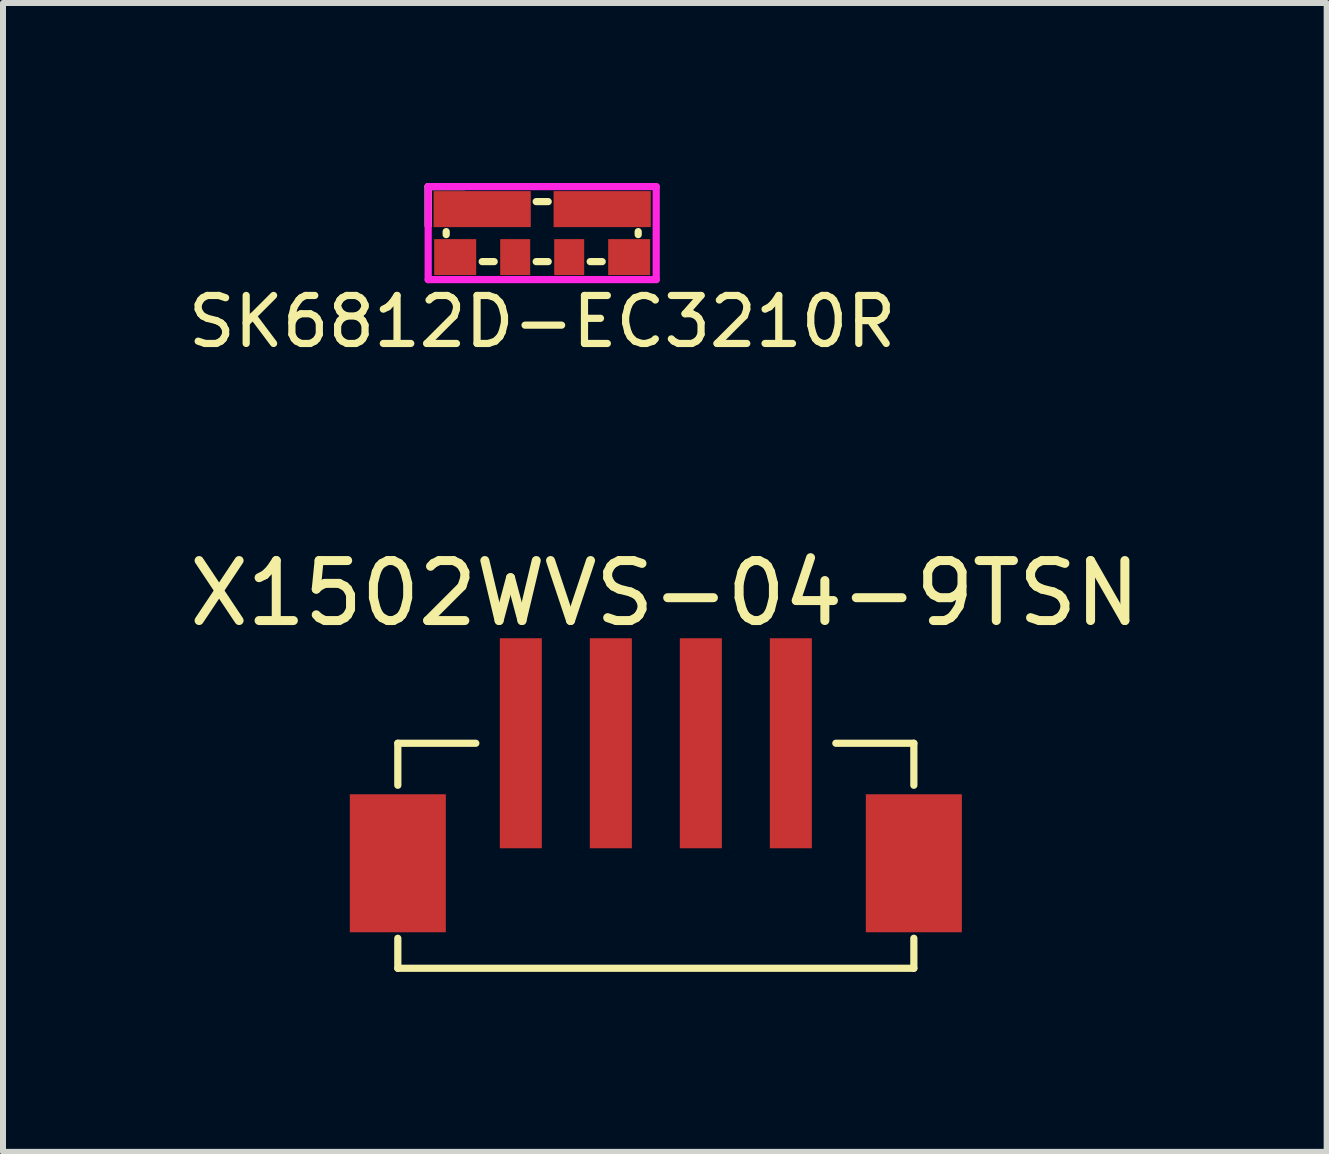
<source format=kicad_pcb>
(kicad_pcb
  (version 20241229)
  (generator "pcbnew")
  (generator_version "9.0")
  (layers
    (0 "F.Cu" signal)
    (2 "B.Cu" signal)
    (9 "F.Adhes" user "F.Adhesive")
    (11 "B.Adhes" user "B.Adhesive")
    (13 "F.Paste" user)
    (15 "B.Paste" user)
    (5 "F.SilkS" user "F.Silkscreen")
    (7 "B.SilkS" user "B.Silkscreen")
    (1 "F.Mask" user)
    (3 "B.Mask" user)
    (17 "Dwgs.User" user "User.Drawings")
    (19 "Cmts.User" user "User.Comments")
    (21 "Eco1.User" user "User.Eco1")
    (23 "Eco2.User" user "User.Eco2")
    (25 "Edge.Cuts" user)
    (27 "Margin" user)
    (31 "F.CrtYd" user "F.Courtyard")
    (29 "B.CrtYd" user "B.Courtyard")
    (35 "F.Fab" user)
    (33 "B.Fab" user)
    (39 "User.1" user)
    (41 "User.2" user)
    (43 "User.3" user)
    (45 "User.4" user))
  (footprint "X1502WVS-04-9TSN"
    (layer "F.Cu")
    (at 7.88 11.087)
    (property "Reference" "X1502WVS-04-9TSN" (at 0.15 -4.25 0) (unlocked yes) (layer "F.SilkS") (effects (font (size 1 1) (thickness 0.15))))
    (attr smd)
    (fp_line (start -4.3 -1.75) (end -4.3 -1.05) (stroke (width 0.12) (type solid)) (layer "F.SilkS"))
    (fp_line (start -4.3 1.5) (end -4.3 2) (stroke (width 0.12) (type solid)) (layer "F.SilkS"))
    (fp_line (start -4.3 2) (end 4.3 2) (stroke (width 0.12) (type solid)) (layer "F.SilkS"))
    (fp_line (start -3 -1.75) (end -4.3 -1.75) (stroke (width 0.12) (type solid)) (layer "F.SilkS"))
    (fp_line (start 3 -1.75) (end 4.3 -1.75) (stroke (width 0.12) (type solid)) (layer "F.SilkS"))
    (fp_line (start 4.3 -1.75) (end 4.3 -1.05) (stroke (width 0.12) (type solid)) (layer "F.SilkS"))
    (fp_line (start 4.3 1.5) (end 4.3 2) (stroke (width 0.12) (type solid)) (layer "F.SilkS"))
    (pad "1" smd rect (at -2.25 -1.75) (size 0.7 3.5) (layers "F.Cu" "F.Mask" "F.Paste"))
    (pad "2" smd rect (at -0.75 -1.75) (size 0.7 3.5) (layers "F.Cu" "F.Mask" "F.Paste"))
    (pad "3" smd rect (at 0.75 -1.75) (size 0.7 3.5) (layers "F.Cu" "F.Mask" "F.Paste"))
    (pad "4" smd rect (at 2.25 -1.75) (size 0.7 3.5) (layers "F.Cu" "F.Mask" "F.Paste"))
    (pad "MP" smd rect (at -4.3 0.25) (size 1.6 2.3) (layers "F.Cu" "F.Mask" "F.Paste"))
    (pad "MP" smd rect (at 4.3 0.25) (size 1.6 2.3) (layers "F.Cu" "F.Mask" "F.Paste")))
  (footprint "SK6812D-EC3210R"
    (layer "F.Cu")
    (at 5.986 0.81)
    (property "Reference" "SK6812D-EC3210R" (at 0 1.5 0) (layer "F.SilkS") (effects (font (size 0.8 0.8) (thickness 0.12))))
    (attr through_hole)
    (fp_line (start -1.9 -0.75) (end -1.3 -0.75) (stroke (width 0.12) (type solid)) (layer "F.SilkS"))
    (fp_line (start -1.9 -0.1) (end -1.9 -0.75) (stroke (width 0.12) (type solid)) (layer "F.SilkS"))
    (fp_line (start -1.6 0) (end -1.6 0.05) (stroke (width 0.12) (type solid)) (layer "F.SilkS"))
    (fp_line (start -1 0.5) (end -0.8 0.5) (stroke (width 0.12) (type solid)) (layer "F.SilkS"))
    (fp_line (start -0.1 -0.5) (end 0.1 -0.5) (stroke (width 0.12) (type solid)) (layer "F.SilkS"))
    (fp_line (start -0.1 0.5) (end 0.1 0.5) (stroke (width 0.12) (type solid)) (layer "F.SilkS"))
    (fp_line (start 0.8 0.5) (end 1 0.5) (stroke (width 0.12) (type solid)) (layer "F.SilkS"))
    (fp_line (start 1.6 0.05) (end 1.6 0) (stroke (width 0.12) (type solid)) (layer "F.SilkS"))
    (fp_line (start -1.9 -0.75) (end -1.9 0.8) (stroke (width 0.12) (type solid)) (layer "F.CrtYd"))
    (fp_line (start -1.9 0.8) (end 1.9 0.8) (stroke (width 0.12) (type solid)) (layer "F.CrtYd"))
    (fp_line (start 1.9 -0.75) (end -1.9 -0.75) (stroke (width 0.12) (type solid)) (layer "F.CrtYd"))
    (fp_line (start 1.9 0.8) (end 1.9 -0.75) (stroke (width 0.12) (type solid)) (layer "F.CrtYd"))
    (pad "1" smd rect (at -1 -0.375) (size 1.62 0.6) (layers "F.Cu" "F.Mask" "F.Paste"))
    (pad "1" smd rect (at -0.45 0.425) (size 0.5 0.6) (layers "F.Cu" "F.Mask" "F.Paste"))
    (pad "2" smd rect (at 1.45 0.425) (size 0.7 0.6) (layers "F.Cu" "F.Mask" "F.Paste"))
    (pad "3" smd rect (at 0.45 0.425) (size 0.5 0.6) (layers "F.Cu" "F.Mask" "F.Paste"))
    (pad "3" smd rect (at 1 -0.375) (size 1.62 0.6) (layers "F.Cu" "F.Mask" "F.Paste"))
    (pad "4" smd rect (at -1.45 0.425) (size 0.7 0.6) (layers "F.Cu" "F.Mask" "F.Paste")))
  (gr_rect
    (start -3 -3)
    (end 19.06 16.147)
    (stroke (width 0.1) (type default))
    (fill no)
    (layer "Edge.Cuts")))
</source>
